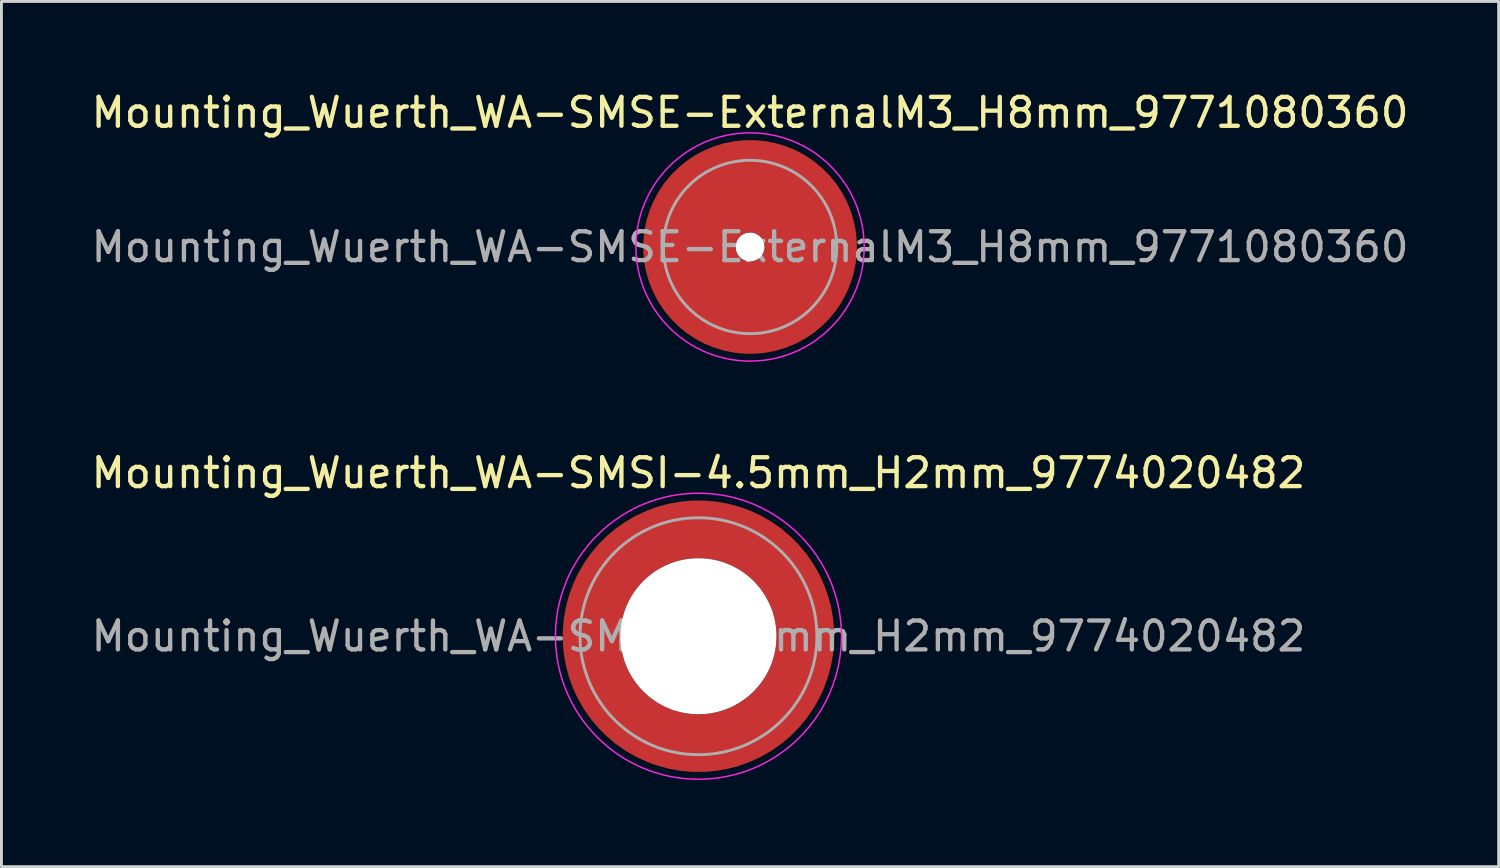
<source format=kicad_pcb>
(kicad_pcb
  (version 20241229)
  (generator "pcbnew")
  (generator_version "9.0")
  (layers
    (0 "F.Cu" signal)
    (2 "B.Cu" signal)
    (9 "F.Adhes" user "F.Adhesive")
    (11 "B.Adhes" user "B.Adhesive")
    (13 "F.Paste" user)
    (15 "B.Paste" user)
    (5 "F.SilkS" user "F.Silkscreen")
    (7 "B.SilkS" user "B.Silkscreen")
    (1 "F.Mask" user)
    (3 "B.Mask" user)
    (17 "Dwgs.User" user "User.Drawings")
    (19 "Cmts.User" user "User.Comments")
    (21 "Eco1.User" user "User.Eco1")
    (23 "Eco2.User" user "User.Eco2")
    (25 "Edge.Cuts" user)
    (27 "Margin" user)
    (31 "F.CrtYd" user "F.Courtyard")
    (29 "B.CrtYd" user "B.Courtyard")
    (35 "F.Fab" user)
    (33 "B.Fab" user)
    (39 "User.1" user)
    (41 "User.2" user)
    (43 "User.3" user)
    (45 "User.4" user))
  (footprint "Mounting_Wuerth_WA-SMSE-ExternalM3_H8mm_9771080360"
    (layer "F.Cu")
    (at 22.911 5.498)
    (property "Reference" "Mounting_Wuerth_WA-SMSE-ExternalM3_H8mm_9771080360" (at 0 -4.65 0) (layer "F.SilkS") (effects (font (size 1 1) (thickness 0.15))))
    (attr smd allow_soldermask_bridges)
    (fp_circle (center 0 0) (end 3.95 0) (stroke (width 0.05) (type solid)) (fill no) (layer "F.CrtYd"))
    (fp_circle (center 0 0) (end 3 0) (stroke (width 0.1) (type solid)) (fill no) (layer "F.Fab"))
    (fp_text user "${REFERENCE}" (at 0 0 0) (layer "F.Fab") (effects (font (size 1 1) (thickness 0.15))))
    (pad "" smd custom (at 0 -2.1) (size 1.5 1.5) (layers "F.Paste") (options (anchor circle)) (primitives (gr_arc (start -0.305123 1.47) (mid 0.371762 1.506879) (end 0.7 2.1) (width 0.2)) (gr_arc (start -0.493052 1.47) (mid 0.350399 1.380819) (end 0.8 2.1) (width 0.2)) (gr_arc (start -0.642729 1.47) (mid 0.340253 1.266797) (end 0.9 2.1) (width 0.2)) (gr_arc (start -0.776595 1.47) (mid 0.334219 1.157505) (end 1 2.1) (width 0.2)) (gr_arc (start -0.901721 1.47) (mid 0.330233 1.05074) (end 1.1 2.1) (width 0.2)) (gr_arc (start -1.021323 1.47) (mid 0.327424 0.945533) (end 1.2 2.1) (width 0.2)) (gr_arc (start -1.137146 1.47) (mid 0.325354 0.841372) (end 1.3 2.1) (width 0.2)) (gr_arc (start -1.25024 1.47) (mid 0.323778 0.737954) (end 1.4 2.1) (width 0.2)) (gr_arc (start -1.361286 1.47) (mid 0.322545 0.635089) (end 1.5 2.1) (width 0.2)) (gr_arc (start -1.470748 1.47) (mid 0.321561 0.532646) (end 1.6 2.1) (width 0.2)) (gr_arc (start -1.578955 1.47) (mid 0.320762 0.430535) (end 1.7 2.1) (width 0.2)) (gr_arc (start -1.686149 1.47) (mid 0.320102 0.328691) (end 1.8 2.1) (width 0.2)) (gr_arc (start -1.792512 1.47) (mid 0.319552 0.227065) (end 1.9 2.1) (width 0.2)) (gr_arc (start -1.898183 1.47) (mid 0.319087 0.125618) (end 2 2.1) (width 0.2)) (gr_arc (start -2.003272 1.47) (mid 0.318691 0.024323) (end 2.1 2.1) (width 0.2)) (gr_arc (start -2.107866 1.47) (mid 0.318351 -0.076845) (end 2.2 2.1) (width 0.2)) (gr_arc (start -2.212035 1.47) (mid 0.318056 -0.177903) (end 2.3 2.1) (width 0.2)) (gr_arc (start -2.315837 1.47) (mid 0.317798 -0.278866) (end 2.4 2.1) (width 0.2)) (gr_arc (start -2.419318 1.47) (mid 0.317573 -0.379747) (end 2.5 2.1) (width 0.2)) (gr_arc (start -2.522519 1.47) (mid 0.317373 -0.480557) (end 2.6 2.1) (width 0.2)) (gr_arc (start -2.625471 1.47) (mid 0.317197 -0.581303) (end 2.7 2.1) (width 0.2)) (gr_arc (start -2.728205 1.47) (mid 0.317039 -0.681993) (end 2.8 2.1) (width 0.2)) (gr_arc (start -2.830742 1.47) (mid 0.316898 -0.782633) (end 2.9 2.1) (width 0.2)) (gr_arc (start -2.933104 1.47) (mid 0.316771 -0.883229) (end 3 2.1) (width 0.2)) (gr_arc (start -3.035309 1.47) (mid 0.316656 -0.983785) (end 3.1 2.1) (width 0.2)) (gr_arc (start -3.137372 1.47) (mid 0.316553 -1.084304) (end 3.2 2.1) (width 0.2)) (gr_arc (start -3.239305 1.47) (mid 0.316458 -1.184791) (end 3.3 2.1) (width 0.2)) (gr_arc (start -3.341123 1.47) (mid 0.316373 -1.285249) (end 3.4 2.1) (width 0.2)) (gr_arc (start -3.442833 1.47) (mid 0.316294 -1.385679) (end 3.5 2.1) (width 0.2)) (gr_line (start 0.7 2.1) (end 3.5 2.1) (width 0.2)) (gr_line (start -0.305 1.47) (end -3.443 1.47) (width 0.2))))
    (pad "" np_thru_hole circle (at 0 0) (size 1 1) (drill 1) (layers "*.Cu" "*.Mask"))
    (pad "" smd custom (at 0 2.1) (size 1.5 1.5) (layers "F.Paste") (options (anchor circle)) (primitives (gr_arc (start 0.305123 -1.47) (mid -0.371762 -1.506879) (end -0.7 -2.1) (width 0.2)) (gr_arc (start 0.493052 -1.47) (mid -0.350399 -1.380819) (end -0.8 -2.1) (width 0.2)) (gr_arc (start 0.642729 -1.47) (mid -0.340253 -1.266797) (end -0.9 -2.1) (width 0.2)) (gr_arc (start 0.776595 -1.47) (mid -0.334219 -1.157505) (end -1 -2.1) (width 0.2)) (gr_arc (start 0.901721 -1.47) (mid -0.330233 -1.05074) (end -1.1 -2.1) (width 0.2)) (gr_arc (start 1.021323 -1.47) (mid -0.327424 -0.945533) (end -1.2 -2.1) (width 0.2)) (gr_arc (start 1.137146 -1.47) (mid -0.325354 -0.841372) (end -1.3 -2.1) (width 0.2)) (gr_arc (start 1.25024 -1.47) (mid -0.323778 -0.737954) (end -1.4 -2.1) (width 0.2)) (gr_arc (start 1.361286 -1.47) (mid -0.322545 -0.635089) (end -1.5 -2.1) (width 0.2)) (gr_arc (start 1.470748 -1.47) (mid -0.321561 -0.532646) (end -1.6 -2.1) (width 0.2)) (gr_arc (start 1.578955 -1.47) (mid -0.320762 -0.430535) (end -1.7 -2.1) (width 0.2)) (gr_arc (start 1.686149 -1.47) (mid -0.320102 -0.328691) (end -1.8 -2.1) (width 0.2)) (gr_arc (start 1.792512 -1.47) (mid -0.319552 -0.227065) (end -1.9 -2.1) (width 0.2)) (gr_arc (start 1.898183 -1.47) (mid -0.319087 -0.125618) (end -2 -2.1) (width 0.2)) (gr_arc (start 2.003272 -1.47) (mid -0.318691 -0.024323) (end -2.1 -2.1) (width 0.2)) (gr_arc (start 2.107866 -1.47) (mid -0.318351 0.076845) (end -2.2 -2.1) (width 0.2)) (gr_arc (start 2.212035 -1.47) (mid -0.318056 0.177903) (end -2.3 -2.1) (width 0.2)) (gr_arc (start 2.315837 -1.47) (mid -0.317798 0.278866) (end -2.4 -2.1) (width 0.2)) (gr_arc (start 2.419318 -1.47) (mid -0.317573 0.379747) (end -2.5 -2.1) (width 0.2)) (gr_arc (start 2.522519 -1.47) (mid -0.317373 0.480557) (end -2.6 -2.1) (width 0.2)) (gr_arc (start 2.625471 -1.47) (mid -0.317197 0.581303) (end -2.7 -2.1) (width 0.2)) (gr_arc (start 2.728205 -1.47) (mid -0.317039 0.681993) (end -2.8 -2.1) (width 0.2)) (gr_arc (start 2.830742 -1.47) (mid -0.316898 0.782633) (end -2.9 -2.1) (width 0.2)) (gr_arc (start 2.933104 -1.47) (mid -0.316771 0.883229) (end -3 -2.1) (width 0.2)) (gr_arc (start 3.035309 -1.47) (mid -0.316656 0.983785) (end -3.1 -2.1) (width 0.2)) (gr_arc (start 3.137372 -1.47) (mid -0.316553 1.084304) (end -3.2 -2.1) (width 0.2)) (gr_arc (start 3.239305 -1.47) (mid -0.316458 1.184791) (end -3.3 -2.1) (width 0.2)) (gr_arc (start 3.341123 -1.47) (mid -0.316373 1.285249) (end -3.4 -2.1) (width 0.2)) (gr_arc (start 3.442833 -1.47) (mid -0.316294 1.385679) (end -3.5 -2.1) (width 0.2)) (gr_line (start -0.7 -2.1) (end -3.5 -2.1) (width 0.2)) (gr_line (start 0.305 -1.47) (end 3.443 -1.47) (width 0.2))))
    (pad "1" smd circle (at -2.1 0) (size 2.692 2.692) (layers "F.Cu"))
    (pad "1" smd circle (at 0 -2.1) (size 2.692 2.692) (layers "F.Cu"))
    (pad "1" smd circle (at 0 2.1) (size 2.692 2.692) (layers "F.Cu"))
    (pad "1" smd custom (at 2.1 0) (size 3.2 3.2) (layers "F.Cu" "F.Mask") (options (anchor circle)) (primitives (gr_circle (center -2.1 0) (end 0 0) (width 3.2) (fill no)))))
  (footprint "Mounting_Wuerth_WA-SMSI-4.5mm_H2mm_9774020482"
    (layer "F.Cu")
    (at 21.125 18.971)
    (property "Reference" "Mounting_Wuerth_WA-SMSI-4.5mm_H2mm_9774020482" (at 0 -5.65 0) (layer "F.SilkS") (effects (font (size 1 1) (thickness 0.15))))
    (attr smd allow_soldermask_bridges)
    (fp_circle (center 0 0) (end 4.95 0) (stroke (width 0.05) (type solid)) (fill no) (layer "F.CrtYd"))
    (fp_circle (center 0 0) (end 4.1 0) (stroke (width 0.1) (type solid)) (fill no) (layer "F.Fab"))
    (fp_text user "${REFERENCE}" (at 0 0 0) (layer "F.Fab") (effects (font (size 1 1) (thickness 0.15))))
    (pad "" smd custom (at -2.607 -2.607) (size 0.948 0.948) (layers "F.Paste") (options (anchor circle)) (primitives (gr_arc (start -0.188183 2.107456) (mid 0.599273 0.599273) (end 2.107456 -0.188183) (width 0.2)) (gr_arc (start -0.289416 2.107456) (mid 0.52877 0.52877) (end 2.107456 -0.289416) (width 0.2)) (gr_arc (start -0.390547 2.107456) (mid 0.458268 0.458268) (end 2.107456 -0.390547) (width 0.2)) (gr_arc (start -0.491585 2.107456) (mid 0.387765 0.387765) (end 2.107456 -0.491585) (width 0.2)) (gr_arc (start -0.59254 2.107456) (mid 0.317262 0.317262) (end 2.107456 -0.59254) (width 0.2)) (gr_arc (start -0.693419 2.107456) (mid 0.246759 0.246759) (end 2.107456 -0.693419) (width 0.2)) (gr_arc (start -0.794229 2.107456) (mid 0.176257 0.176257) (end 2.107456 -0.794229) (width 0.2)) (gr_arc (start -0.894975 2.107456) (mid 0.105754 0.105754) (end 2.107456 -0.894975) (width 0.2)) (gr_arc (start -0.995664 2.107456) (mid 0.035251 0.035251) (end 2.107456 -0.995664) (width 0.2)) (gr_arc (start -1.0963 2.107456) (mid -0.035251 -0.035251) (end 2.107456 -1.0963) (width 0.2)) (gr_arc (start -1.196886 2.107456) (mid -0.105754 -0.105754) (end 2.107456 -1.196886) (width 0.2)) (gr_arc (start -1.297427 2.107456) (mid -0.176257 -0.176257) (end 2.107456 -1.297427) (width 0.2)) (gr_arc (start -1.397927 2.107456) (mid -0.246759 -0.246759) (end 2.107456 -1.397927) (width 0.2)) (gr_arc (start -1.498388 2.107456) (mid -0.317262 -0.317262) (end 2.107456 -1.498388) (width 0.2)) (gr_arc (start -1.598813 2.107456) (mid -0.387765 -0.387765) (end 2.107456 -1.598813) (width 0.2)) (gr_arc (start -1.699204 2.107456) (mid -0.458268 -0.458268) (end 2.107456 -1.699204) (width 0.2)) (gr_arc (start -1.799565 2.107456) (mid -0.52877 -0.52877) (end 2.107456 -1.799565) (width 0.2)) (gr_arc (start -1.899896 2.107456) (mid -0.599273 -0.599273) (end 2.107456 -1.899896) (width 0.2)) (gr_arc (start -1.899896 2.107456) (mid -0.599273 -0.599273) (end 2.107456 -1.899896) (width 0.2)) (gr_line (start 2.107 -0.188) (end 2.107 -1.9) (width 0.2)) (gr_line (start -0.188 2.107) (end -1.9 2.107) (width 0.2))))
    (pad "" smd custom (at -2.607 2.607) (size 0.948 0.948) (layers "F.Paste") (options (anchor circle)) (primitives (gr_arc (start 2.107456 0.188183) (mid 0.599273 -0.599273) (end -0.188183 -2.107456) (width 0.2)) (gr_arc (start 2.107456 0.289416) (mid 0.52877 -0.52877) (end -0.289416 -2.107456) (width 0.2)) (gr_arc (start 2.107456 0.390547) (mid 0.458268 -0.458268) (end -0.390547 -2.107456) (width 0.2)) (gr_arc (start 2.107456 0.491585) (mid 0.387765 -0.387765) (end -0.491585 -2.107456) (width 0.2)) (gr_arc (start 2.107456 0.59254) (mid 0.317262 -0.317262) (end -0.59254 -2.107456) (width 0.2)) (gr_arc (start 2.107456 0.693419) (mid 0.246759 -0.246759) (end -0.693419 -2.107456) (width 0.2)) (gr_arc (start 2.107456 0.794229) (mid 0.176257 -0.176257) (end -0.794229 -2.107456) (width 0.2)) (gr_arc (start 2.107456 0.894975) (mid 0.105754 -0.105754) (end -0.894975 -2.107456) (width 0.2)) (gr_arc (start 2.107456 0.995664) (mid 0.035251 -0.035251) (end -0.995664 -2.107456) (width 0.2)) (gr_arc (start 2.107456 1.0963) (mid -0.035251 0.035251) (end -1.0963 -2.107456) (width 0.2)) (gr_arc (start 2.107456 1.196886) (mid -0.105754 0.105754) (end -1.196886 -2.107456) (width 0.2)) (gr_arc (start 2.107456 1.297427) (mid -0.176257 0.176257) (end -1.297427 -2.107456) (width 0.2)) (gr_arc (start 2.107456 1.397927) (mid -0.246759 0.246759) (end -1.397927 -2.107456) (width 0.2)) (gr_arc (start 2.107456 1.498388) (mid -0.317262 0.317262) (end -1.498388 -2.107456) (width 0.2)) (gr_arc (start 2.107456 1.598813) (mid -0.387765 0.387765) (end -1.598813 -2.107456) (width 0.2)) (gr_arc (start 2.107456 1.699204) (mid -0.458268 0.458268) (end -1.699204 -2.107456) (width 0.2)) (gr_arc (start 2.107456 1.799565) (mid -0.52877 0.52877) (end -1.799565 -2.107456) (width 0.2)) (gr_arc (start 2.107456 1.899896) (mid -0.599273 0.599273) (end -1.899896 -2.107456) (width 0.2)) (gr_arc (start 2.107456 1.899896) (mid -0.599273 0.599273) (end -1.899896 -2.107456) (width 0.2)) (gr_line (start -0.188 -2.107) (end -1.9 -2.107) (width 0.2)) (gr_line (start 2.107 0.188) (end 2.107 1.9) (width 0.2))))
    (pad "" np_thru_hole circle (at 0 0) (size 5.4 5.4) (drill 5.4) (layers "*.Cu" "*.Mask"))
    (pad "" smd custom (at 2.607 -2.607) (size 0.948 0.948) (layers "F.Paste") (options (anchor circle)) (primitives (gr_arc (start -2.107456 -0.188183) (mid -0.599273 0.599273) (end 0.188183 2.107456) (width 0.2)) (gr_arc (start -2.107456 -0.289416) (mid -0.52877 0.52877) (end 0.289416 2.107456) (width 0.2)) (gr_arc (start -2.107456 -0.390547) (mid -0.458268 0.458268) (end 0.390547 2.107456) (width 0.2)) (gr_arc (start -2.107456 -0.491585) (mid -0.387765 0.387765) (end 0.491585 2.107456) (width 0.2)) (gr_arc (start -2.107456 -0.59254) (mid -0.317262 0.317262) (end 0.59254 2.107456) (width 0.2)) (gr_arc (start -2.107456 -0.693419) (mid -0.246759 0.246759) (end 0.693419 2.107456) (width 0.2)) (gr_arc (start -2.107456 -0.794229) (mid -0.176257 0.176257) (end 0.794229 2.107456) (width 0.2)) (gr_arc (start -2.107456 -0.894975) (mid -0.105754 0.105754) (end 0.894975 2.107456) (width 0.2)) (gr_arc (start -2.107456 -0.995664) (mid -0.035251 0.035251) (end 0.995664 2.107456) (width 0.2)) (gr_arc (start -2.107456 -1.0963) (mid 0.035251 -0.035251) (end 1.0963 2.107456) (width 0.2)) (gr_arc (start -2.107456 -1.196886) (mid 0.105754 -0.105754) (end 1.196886 2.107456) (width 0.2)) (gr_arc (start -2.107456 -1.297427) (mid 0.176257 -0.176257) (end 1.297427 2.107456) (width 0.2)) (gr_arc (start -2.107456 -1.397927) (mid 0.246759 -0.246759) (end 1.397927 2.107456) (width 0.2)) (gr_arc (start -2.107456 -1.498388) (mid 0.317262 -0.317262) (end 1.498388 2.107456) (width 0.2)) (gr_arc (start -2.107456 -1.598813) (mid 0.387765 -0.387765) (end 1.598813 2.107456) (width 0.2)) (gr_arc (start -2.107456 -1.699204) (mid 0.458268 -0.458268) (end 1.699204 2.107456) (width 0.2)) (gr_arc (start -2.107456 -1.799565) (mid 0.52877 -0.52877) (end 1.799565 2.107456) (width 0.2)) (gr_arc (start -2.107456 -1.899896) (mid 0.599273 -0.599273) (end 1.899896 2.107456) (width 0.2)) (gr_arc (start -2.107456 -1.899896) (mid 0.599273 -0.599273) (end 1.899896 2.107456) (width 0.2)) (gr_line (start 0.188 2.107) (end 1.9 2.107) (width 0.2)) (gr_line (start -2.107 -0.188) (end -2.107 -1.9) (width 0.2))))
    (pad "" smd custom (at 2.607 2.607) (size 0.948 0.948) (layers "F.Paste") (options (anchor circle)) (primitives (gr_arc (start 0.188183 -2.107456) (mid -0.599273 -0.599273) (end -2.107456 0.188183) (width 0.2)) (gr_arc (start 0.289416 -2.107456) (mid -0.52877 -0.52877) (end -2.107456 0.289416) (width 0.2)) (gr_arc (start 0.390547 -2.107456) (mid -0.458268 -0.458268) (end -2.107456 0.390547) (width 0.2)) (gr_arc (start 0.491585 -2.107456) (mid -0.387765 -0.387765) (end -2.107456 0.491585) (width 0.2)) (gr_arc (start 0.59254 -2.107456) (mid -0.317262 -0.317262) (end -2.107456 0.59254) (width 0.2)) (gr_arc (start 0.693419 -2.107456) (mid -0.246759 -0.246759) (end -2.107456 0.693419) (width 0.2)) (gr_arc (start 0.794229 -2.107456) (mid -0.176257 -0.176257) (end -2.107456 0.794229) (width 0.2)) (gr_arc (start 0.894975 -2.107456) (mid -0.105754 -0.105754) (end -2.107456 0.894975) (width 0.2)) (gr_arc (start 0.995664 -2.107456) (mid -0.035251 -0.035251) (end -2.107456 0.995664) (width 0.2)) (gr_arc (start 1.0963 -2.107456) (mid 0.035251 0.035251) (end -2.107456 1.0963) (width 0.2)) (gr_arc (start 1.196886 -2.107456) (mid 0.105754 0.105754) (end -2.107456 1.196886) (width 0.2)) (gr_arc (start 1.297427 -2.107456) (mid 0.176257 0.176257) (end -2.107456 1.297427) (width 0.2)) (gr_arc (start 1.397927 -2.107456) (mid 0.246759 0.246759) (end -2.107456 1.397927) (width 0.2)) (gr_arc (start 1.498388 -2.107456) (mid 0.317262 0.317262) (end -2.107456 1.498388) (width 0.2)) (gr_arc (start 1.598813 -2.107456) (mid 0.387765 0.387765) (end -2.107456 1.598813) (width 0.2)) (gr_arc (start 1.699204 -2.107456) (mid 0.458268 0.458268) (end -2.107456 1.699204) (width 0.2)) (gr_arc (start 1.799565 -2.107456) (mid 0.52877 0.52877) (end -2.107456 1.799565) (width 0.2)) (gr_arc (start 1.899896 -2.107456) (mid 0.599273 0.599273) (end -2.107456 1.899896) (width 0.2)) (gr_arc (start 1.899896 -2.107456) (mid 0.599273 0.599273) (end -2.107456 1.899896) (width 0.2)) (gr_line (start -2.107 0.188) (end -2.107 1.9) (width 0.2)) (gr_line (start 0.188 -2.107) (end 1.9 -2.107) (width 0.2))))
    (pad "1" smd circle (at -3.7 0) (size 1.492 1.492) (layers "F.Cu"))
    (pad "1" smd circle (at 0 -3.7) (size 1.492 1.492) (layers "F.Cu"))
    (pad "1" smd circle (at 0 3.7) (size 1.492 1.492) (layers "F.Cu"))
    (pad "1" smd custom (at 3.7 0) (size 2 2) (layers "F.Cu" "F.Mask") (options (anchor circle)) (primitives (gr_circle (center -3.7 0) (end 0 0) (width 2) (fill no)))))
  (gr_rect
    (start -3 -3)
    (end 48.821 26.947)
    (stroke (width 0.1) (type default))
    (fill no)
    (layer "Edge.Cuts")))
</source>
